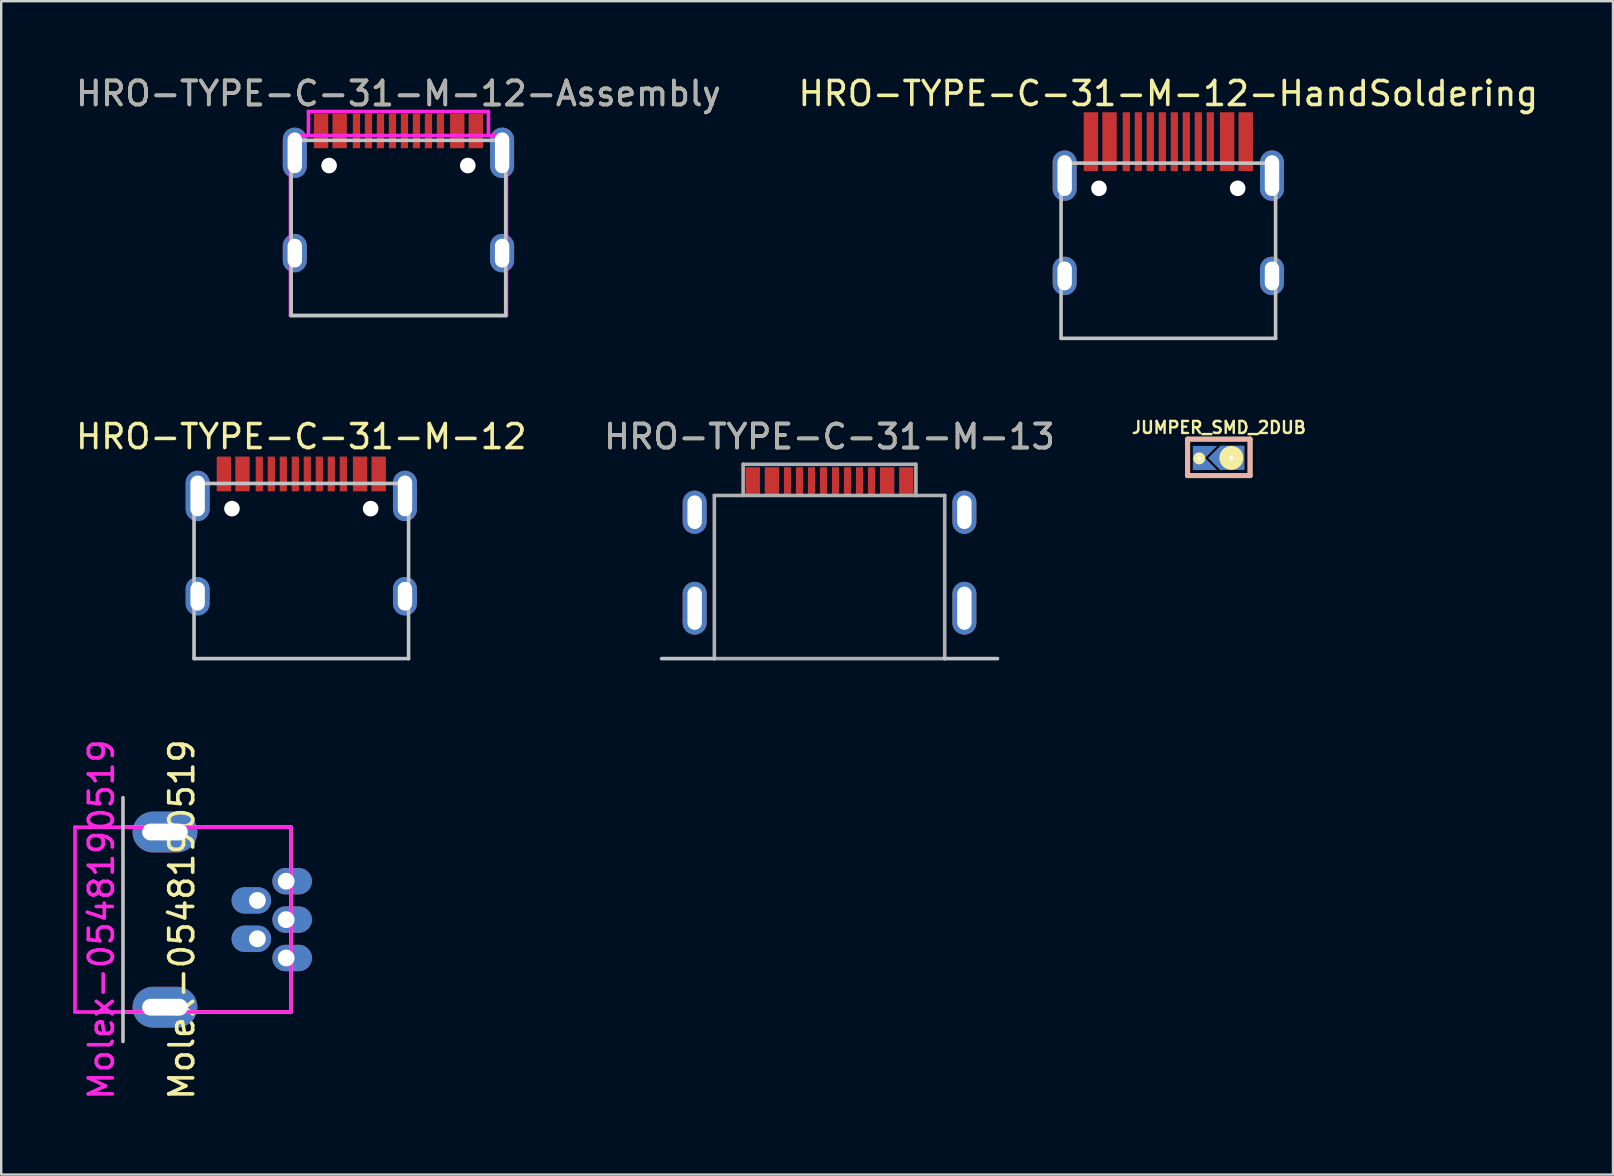
<source format=kicad_pcb>
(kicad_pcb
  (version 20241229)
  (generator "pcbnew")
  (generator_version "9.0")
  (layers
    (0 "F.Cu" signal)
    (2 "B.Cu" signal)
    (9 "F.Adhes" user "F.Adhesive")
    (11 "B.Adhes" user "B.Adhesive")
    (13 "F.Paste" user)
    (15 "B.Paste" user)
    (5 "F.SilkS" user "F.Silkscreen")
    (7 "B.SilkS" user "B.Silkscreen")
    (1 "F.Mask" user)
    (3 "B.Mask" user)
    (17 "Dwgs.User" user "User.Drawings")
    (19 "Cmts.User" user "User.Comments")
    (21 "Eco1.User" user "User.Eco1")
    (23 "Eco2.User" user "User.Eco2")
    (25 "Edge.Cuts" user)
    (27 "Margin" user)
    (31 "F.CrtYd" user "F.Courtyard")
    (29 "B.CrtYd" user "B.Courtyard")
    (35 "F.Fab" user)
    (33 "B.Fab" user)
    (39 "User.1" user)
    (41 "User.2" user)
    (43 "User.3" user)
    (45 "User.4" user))
  (footprint "HRO-TYPE-C-31-M-12-Assembly"
    (layer "F.Cu")
    (at 13.554 10.098)
    (property "Reference" "HRO-TYPE-C-31-M-12-Assembly" (at 0 -9.25 0) (layer "F.SilkS") (effects (font (size 1 1) (thickness 0.15))))
    (attr smd)
    (fp_line (start -4.47 -7.3) (end 4.47 -7.3) (stroke (width 0.15) (type solid)) (layer "Dwgs.User"))
    (fp_line (start -4.47 0) (end -4.47 -7.3) (stroke (width 0.15) (type solid)) (layer "Dwgs.User"))
    (fp_line (start -4.47 0) (end 4.47 0) (stroke (width 0.15) (type solid)) (layer "Dwgs.User"))
    (fp_line (start 4.47 0) (end 4.47 -7.3) (stroke (width 0.15) (type solid)) (layer "Dwgs.User"))
    (fp_line (start -4.5 -7.5) (end 4.5 -7.5) (stroke (width 0.15) (type solid)) (layer "F.CrtYd"))
    (fp_line (start -4.5 0) (end -4.5 -7.5) (stroke (width 0.15) (type solid)) (layer "F.CrtYd"))
    (fp_line (start -3.75 -8.5) (end 3.75 -8.5) (stroke (width 0.15) (type solid)) (layer "F.CrtYd"))
    (fp_line (start -3.75 -7.5) (end -3.75 -8.5) (stroke (width 0.15) (type solid)) (layer "F.CrtYd"))
    (fp_line (start 3.75 -8.5) (end 3.75 -7.5) (stroke (width 0.15) (type solid)) (layer "F.CrtYd"))
    (fp_line (start 4.5 -7.5) (end 4.5 0) (stroke (width 0.15) (type solid)) (layer "F.CrtYd"))
    (fp_line (start 4.5 0) (end -4.5 0) (stroke (width 0.15) (type solid)) (layer "F.CrtYd"))
    (fp_text user "${REFERENCE}" (at 0 -9.25 0) (layer "F.Fab") (effects (font (size 1 1) (thickness 0.15))))
    (pad "" np_thru_hole circle (at -2.89 -6.25) (size 0.65 0.65) (drill 0.65) (layers "*.Cu" "*.Mask"))
    (pad "" np_thru_hole circle (at 2.89 -6.25) (size 0.65 0.65) (drill 0.65) (layers "*.Cu" "*.Mask"))
    (pad "1" smd rect (at -3.225 -7.695) (size 0.6 1.45) (layers "F.Cu" "F.Mask" "F.Paste"))
    (pad "2" smd rect (at -2.45 -7.695) (size 0.6 1.45) (layers "F.Cu" "F.Mask" "F.Paste"))
    (pad "3" smd rect (at -1.75 -7.695) (size 0.3 1.45) (layers "F.Cu" "F.Mask" "F.Paste"))
    (pad "4" smd rect (at -1.25 -7.695) (size 0.3 1.45) (layers "F.Cu" "F.Mask" "F.Paste"))
    (pad "5" smd rect (at -0.75 -7.695) (size 0.3 1.45) (layers "F.Cu" "F.Mask" "F.Paste"))
    (pad "6" smd rect (at -0.25 -7.695) (size 0.3 1.45) (layers "F.Cu" "F.Mask" "F.Paste"))
    (pad "7" smd rect (at 0.25 -7.695) (size 0.3 1.45) (layers "F.Cu" "F.Mask" "F.Paste"))
    (pad "8" smd rect (at 0.75 -7.695) (size 0.3 1.45) (layers "F.Cu" "F.Mask" "F.Paste"))
    (pad "9" smd rect (at 1.25 -7.695) (size 0.3 1.45) (layers "F.Cu" "F.Mask" "F.Paste"))
    (pad "10" smd rect (at 1.75 -7.695) (size 0.3 1.45) (layers "F.Cu" "F.Mask" "F.Paste"))
    (pad "11" smd rect (at 2.45 -7.695) (size 0.6 1.45) (layers "F.Cu" "F.Mask" "F.Paste"))
    (pad "12" smd rect (at 3.225 -7.695) (size 0.6 1.45) (layers "F.Cu" "F.Mask" "F.Paste"))
    (pad "13" thru_hole oval (at -4.32 -6.78) (size 1 2.1) (drill oval 0.6 1.7) (layers "*.Cu" "*.Mask"))
    (pad "13" thru_hole oval (at -4.32 -2.6) (size 1 1.6) (drill oval 0.6 1.2) (layers "*.Cu" "*.Mask"))
    (pad "13" thru_hole oval (at 4.32 -6.78) (size 1 2.1) (drill oval 0.6 1.7) (layers "*.Cu" "*.Mask"))
    (pad "13" thru_hole oval (at 4.32 -2.6) (size 1 1.6) (drill oval 0.6 1.2) (layers "*.Cu" "*.Mask")))
  (footprint "Molex-0548190519"
    (layer "F.Cu")
    (at 2.075 35.272)
    (property "Reference" "Molex-0548190519" (at -0.9 0 90) (layer "F.CrtYd") (effects (font (size 1 1) (thickness 0.15))))
    (attr smd)
    (fp_line (start 0 -3.85) (end 7 -3.85) (stroke (width 0.15) (type solid)) (layer "F.SilkS"))
    (fp_line (start 7 -3.85) (end 7 3.85) (stroke (width 0.15) (type solid)) (layer "F.SilkS"))
    (fp_line (start 7 3.85) (end 0 3.85) (stroke (width 0.15) (type solid)) (layer "F.SilkS"))
    (fp_line (start 0 -5.08) (end 0 5.08) (stroke (width 0.15) (type solid)) (layer "Dwgs.User"))
    (fp_line (start -2 -3.85) (end -2 3.85) (stroke (width 0.15) (type solid)) (layer "F.CrtYd"))
    (fp_line (start -2 -3.85) (end 7 -3.85) (stroke (width 0.15) (type solid)) (layer "F.CrtYd"))
    (fp_line (start -2 3.85) (end 7 3.85) (stroke (width 0.15) (type solid)) (layer "F.CrtYd"))
    (fp_line (start 7 3.85) (end 7 -3.85) (stroke (width 0.15) (type solid)) (layer "F.CrtYd"))
    (fp_text user "${REFERENCE}" (at 2.45 0 90) (layer "F.SilkS") (effects (font (size 1 1) (thickness 0.15))))
    (pad "1" thru_hole oval (at 6.8 1.6) (size 1.65 1.1) (drill oval 0.7 (offset 0.25 0)) (layers "*.Cu" "B.Mask"))
    (pad "2" thru_hole oval (at 5.6 0.8 180) (size 1.65 1.1) (drill oval 0.7 (offset 0.25 0)) (layers "*.Cu" "B.Mask"))
    (pad "3" thru_hole oval (at 6.8 0) (size 1.65 1.1) (drill oval 0.7 (offset 0.25 0)) (layers "*.Cu" "B.Mask"))
    (pad "4" thru_hole oval (at 5.6 -0.8 180) (size 1.65 1.1) (drill oval 0.7 (offset 0.25 0)) (layers "*.Cu" "B.Mask"))
    (pad "5" thru_hole oval (at 6.8 -1.6) (size 1.65 1.1) (drill oval 0.7 (offset 0.25 0)) (layers "*.Cu" "B.Mask"))
    (pad "6" thru_hole oval (at 1.75 -3.65) (size 2.7 1.7) (drill oval 1.9 0.7) (layers "*.Cu" "*.Mask"))
    (pad "6" thru_hole oval (at 1.75 3.65) (size 2.7 1.7) (drill oval 1.9 0.7) (layers "*.Cu" "*.Mask")))
  (footprint "HRO-TYPE-C-31-M-12"
    (layer "F.Cu")
    (at 9.506 24.396)
    (property "Reference" "HRO-TYPE-C-31-M-12" (at 0 -9.25 0) (layer "F.SilkS") (effects (font (size 1 1) (thickness 0.15))))
    (attr smd)
    (fp_line (start -4.47 -7.3) (end 4.47 -7.3) (stroke (width 0.15) (type solid)) (layer "Dwgs.User"))
    (fp_line (start -4.47 0) (end -4.47 -7.3) (stroke (width 0.15) (type solid)) (layer "Dwgs.User"))
    (fp_line (start -4.47 0) (end 4.47 0) (stroke (width 0.15) (type solid)) (layer "Dwgs.User"))
    (fp_line (start 4.47 0) (end 4.47 -7.3) (stroke (width 0.15) (type solid)) (layer "Dwgs.User"))
    (pad "" np_thru_hole circle (at -2.89 -6.25) (size 0.65 0.65) (drill 0.65) (layers "*.Cu" "*.Mask"))
    (pad "" np_thru_hole circle (at 2.89 -6.25) (size 0.65 0.65) (drill 0.65) (layers "*.Cu" "*.Mask"))
    (pad "1" smd rect (at -3.225 -7.695) (size 0.6 1.45) (layers "F.Cu" "F.Mask" "F.Paste"))
    (pad "2" smd rect (at -2.45 -7.695) (size 0.6 1.45) (layers "F.Cu" "F.Mask" "F.Paste"))
    (pad "3" smd rect (at -1.75 -7.695) (size 0.3 1.45) (layers "F.Cu" "F.Mask" "F.Paste"))
    (pad "4" smd rect (at -1.25 -7.695) (size 0.3 1.45) (layers "F.Cu" "F.Mask" "F.Paste"))
    (pad "5" smd rect (at -0.75 -7.695) (size 0.3 1.45) (layers "F.Cu" "F.Mask" "F.Paste"))
    (pad "6" smd rect (at -0.25 -7.695) (size 0.3 1.45) (layers "F.Cu" "F.Mask" "F.Paste"))
    (pad "7" smd rect (at 0.25 -7.695) (size 0.3 1.45) (layers "F.Cu" "F.Mask" "F.Paste"))
    (pad "8" smd rect (at 0.75 -7.695) (size 0.3 1.45) (layers "F.Cu" "F.Mask" "F.Paste"))
    (pad "9" smd rect (at 1.25 -7.695) (size 0.3 1.45) (layers "F.Cu" "F.Mask" "F.Paste"))
    (pad "10" smd rect (at 1.75 -7.695) (size 0.3 1.45) (layers "F.Cu" "F.Mask" "F.Paste"))
    (pad "11" smd rect (at 2.45 -7.695) (size 0.6 1.45) (layers "F.Cu" "F.Mask" "F.Paste"))
    (pad "12" smd rect (at 3.225 -7.695) (size 0.6 1.45) (layers "F.Cu" "F.Mask" "F.Paste"))
    (pad "13" thru_hole oval (at -4.32 -6.78) (size 1 2.1) (drill oval 0.6 1.7) (layers "*.Cu" "B.Mask"))
    (pad "13" thru_hole oval (at -4.32 -2.6) (size 1 1.6) (drill oval 0.6 1.2) (layers "*.Cu" "B.Mask"))
    (pad "13" thru_hole oval (at 4.32 -6.78) (size 1 2.1) (drill oval 0.6 1.7) (layers "*.Cu" "B.Mask"))
    (pad "13" thru_hole oval (at 4.32 -2.6) (size 1 1.6) (drill oval 0.6 1.2) (layers "*.Cu" "B.Mask")))
  (footprint "HRO-TYPE-C-31-M-12-HandSoldering"
    (layer "F.Cu")
    (at 45.637 11.048)
    (property "Reference" "HRO-TYPE-C-31-M-12-HandSoldering" (at 0 -10.2 0) (layer "F.SilkS") (effects (font (size 1 1) (thickness 0.15))))
    (attr smd)
    (fp_line (start -4.47 -7.3) (end 4.47 -7.3) (stroke (width 0.15) (type solid)) (layer "Dwgs.User"))
    (fp_line (start -4.47 0) (end -4.47 -7.3) (stroke (width 0.15) (type solid)) (layer "Dwgs.User"))
    (fp_line (start -4.47 0) (end 4.47 0) (stroke (width 0.15) (type solid)) (layer "Dwgs.User"))
    (fp_line (start 4.47 0) (end 4.47 -7.3) (stroke (width 0.15) (type solid)) (layer "Dwgs.User"))
    (pad "" np_thru_hole circle (at -2.89 -6.25) (size 0.65 0.65) (drill 0.65) (layers "*.Cu" "*.Mask"))
    (pad "" np_thru_hole circle (at 2.89 -6.25) (size 0.65 0.65) (drill 0.65) (layers "*.Cu" "*.Mask"))
    (pad "1" smd rect (at -3.225 -8.195) (size 0.6 2.45) (layers "F.Cu" "F.Mask" "F.Paste"))
    (pad "2" smd rect (at -2.45 -8.195) (size 0.6 2.45) (layers "F.Cu" "F.Mask" "F.Paste"))
    (pad "3" smd rect (at -1.75 -8.195) (size 0.3 2.45) (layers "F.Cu" "F.Mask" "F.Paste"))
    (pad "4" smd rect (at -1.25 -8.195) (size 0.3 2.45) (layers "F.Cu" "F.Mask" "F.Paste"))
    (pad "5" smd rect (at -0.75 -8.195) (size 0.3 2.45) (layers "F.Cu" "F.Mask" "F.Paste"))
    (pad "6" smd rect (at -0.25 -8.195) (size 0.3 2.45) (layers "F.Cu" "F.Mask" "F.Paste"))
    (pad "7" smd rect (at 0.25 -8.195) (size 0.3 2.45) (layers "F.Cu" "F.Mask" "F.Paste"))
    (pad "8" smd rect (at 0.75 -8.195) (size 0.3 2.45) (layers "F.Cu" "F.Mask" "F.Paste"))
    (pad "9" smd rect (at 1.25 -8.195) (size 0.3 2.45) (layers "F.Cu" "F.Mask" "F.Paste"))
    (pad "10" smd rect (at 1.75 -8.195) (size 0.3 2.45) (layers "F.Cu" "F.Mask" "F.Paste"))
    (pad "11" smd rect (at 2.45 -8.195) (size 0.6 2.45) (layers "F.Cu" "F.Mask" "F.Paste"))
    (pad "12" smd rect (at 3.225 -8.195) (size 0.6 2.45) (layers "F.Cu" "F.Mask" "F.Paste"))
    (pad "13" thru_hole oval (at -4.32 -6.78) (size 1 2.1) (drill oval 0.6 1.7) (layers "*.Cu" "B.Mask"))
    (pad "13" thru_hole oval (at -4.32 -2.6) (size 1 1.6) (drill oval 0.6 1.2) (layers "*.Cu" "B.Mask"))
    (pad "13" thru_hole oval (at 4.32 -6.78) (size 1 2.1) (drill oval 0.6 1.7) (layers "*.Cu" "B.Mask"))
    (pad "13" thru_hole oval (at 4.32 -2.6) (size 1 1.6) (drill oval 0.6 1.2) (layers "*.Cu" "B.Mask")))
  (footprint "HRO-TYPE-C-31-M-13"
    (layer "F.Cu")
    (at 31.518 24.396)
    (property "Reference" "HRO-TYPE-C-31-M-13" (at 0 -9.25 0) (layer "F.SilkS") (effects (font (size 1 1) (thickness 0.15))))
    (attr smd)
    (fp_line (start -4.8 0) (end -7 0) (stroke (width 0.15) (type solid)) (layer "Dwgs.User"))
    (fp_line (start 7 0) (end 4.8 0) (stroke (width 0.15) (type solid)) (layer "Dwgs.User"))
    (fp_line (start -4.8 -6.8) (end -4.8 0) (stroke (width 0.15) (type solid)) (layer "F.Fab"))
    (fp_line (start -3.6 -8.1) (end 3.6 -8.1) (stroke (width 0.15) (type solid)) (layer "F.Fab"))
    (fp_line (start -3.6 -6.8) (end -3.6 -8.1) (stroke (width 0.15) (type solid)) (layer "F.Fab"))
    (fp_line (start 3.6 -8.1) (end 3.6 -6.8) (stroke (width 0.15) (type solid)) (layer "F.Fab"))
    (fp_line (start 4.8 -6.8) (end -4.8 -6.8) (stroke (width 0.15) (type solid)) (layer "F.Fab"))
    (fp_line (start 4.8 -6.8) (end 4.8 0) (stroke (width 0.15) (type solid)) (layer "F.Fab"))
    (fp_line (start 4.8 0) (end -4.8 0) (stroke (width 0.15) (type solid)) (layer "F.Fab"))
    (fp_text user "${REFERENCE}" (at 0 -9.25 0) (layer "F.Fab") (effects (font (size 1 1) (thickness 0.15))))
    (pad "1" smd rect (at -3.2 -7.4) (size 0.6 1.15) (layers "F.Cu" "F.Mask" "F.Paste"))
    (pad "2" smd rect (at -2.4 -7.4) (size 0.6 1.15) (layers "F.Cu" "F.Mask" "F.Paste"))
    (pad "3" smd rect (at -1.75 -7.4) (size 0.3 1.15) (layers "F.Cu" "F.Mask" "F.Paste"))
    (pad "4" smd rect (at -1.25 -7.4) (size 0.3 1.15) (layers "F.Cu" "F.Mask" "F.Paste"))
    (pad "5" smd rect (at -0.75 -7.4) (size 0.3 1.15) (layers "F.Cu" "F.Mask" "F.Paste"))
    (pad "6" smd rect (at -0.25 -7.4) (size 0.3 1.15) (layers "F.Cu" "F.Mask" "F.Paste"))
    (pad "7" smd rect (at 0.25 -7.4) (size 0.3 1.15) (layers "F.Cu" "F.Mask" "F.Paste"))
    (pad "8" smd rect (at 0.75 -7.4) (size 0.3 1.15) (layers "F.Cu" "F.Mask" "F.Paste"))
    (pad "9" smd rect (at 1.25 -7.4) (size 0.3 1.15) (layers "F.Cu" "F.Mask" "F.Paste"))
    (pad "10" smd rect (at 1.75 -7.4) (size 0.3 1.15) (layers "F.Cu" "F.Mask" "F.Paste"))
    (pad "11" smd rect (at 2.4 -7.4) (size 0.6 1.15) (layers "F.Cu" "F.Mask" "F.Paste"))
    (pad "12" smd rect (at 3.2 -7.4) (size 0.6 1.15) (layers "F.Cu" "F.Mask" "F.Paste"))
    (pad "13" thru_hole oval (at -5.62 -6.1) (size 1 1.8) (drill oval 0.6 1.4) (layers "*.Cu" "*.Mask"))
    (pad "13" thru_hole oval (at -5.62 -2.1) (size 1 2.2) (drill oval 0.6 1.8) (layers "*.Cu" "*.Mask"))
    (pad "13" thru_hole oval (at 5.62 -6.1) (size 1 1.8) (drill oval 0.6 1.4) (layers "*.Cu" "*.Mask"))
    (pad "13" thru_hole oval (at 5.62 -2.1) (size 1 2.2) (drill oval 0.6 1.8) (layers "*.Cu" "*.Mask")))
  (footprint "JUMPER_SMD_2DUB"
    (layer "F.Cu")
    (at 47.743 16.011)
    (property "Reference" "JUMPER_SMD_2DUB" (at 0 -1.245 0) (layer "F.SilkS") (effects (font (size 0.5 0.5) (thickness 0.1))))
    (attr through_hole)
    (fp_line (start -1.3 -0.762) (end 1.3 -0.762) (stroke (width 0.2) (type solid)) (layer "F.SilkS"))
    (fp_line (start -1.3 0.762) (end -1.3 -0.762) (stroke (width 0.2) (type solid)) (layer "F.SilkS"))
    (fp_line (start 1.3 -0.762) (end 1.3 0.762) (stroke (width 0.2) (type solid)) (layer "F.SilkS"))
    (fp_line (start 1.3 0.762) (end -1.3 0.762) (stroke (width 0.2) (type solid)) (layer "F.SilkS"))
    (fp_line (start -1.3 -0.762) (end 1.3 -0.762) (stroke (width 0.2) (type solid)) (layer "B.SilkS"))
    (fp_line (start -1.3 0.762) (end -1.3 -0.762) (stroke (width 0.2) (type solid)) (layer "B.SilkS"))
    (fp_line (start 1.3 -0.762) (end 1.3 0.762) (stroke (width 0.2) (type solid)) (layer "B.SilkS"))
    (fp_line (start 1.3 0.762) (end -1.3 0.762) (stroke (width 0.2) (type solid)) (layer "B.SilkS"))
    (pad "1" smd rect (at -0.831 0.025 180) (size 0.5 1) (layers "F.Cu" "F.Mask" "F.Paste"))
    (pad "1" smd rect (at -0.831 0.025 180) (size 0.5 1) (layers "B.Cu" "B.Mask" "B.Paste"))
    (pad "1" thru_hole circle (at -0.82 0.04) (size 0.5 0.5) (drill 0.15) (layers "*.Cu" "*.Mask" "F.SilkS"))
    (pad "1" smd trapezoid (at -0.581 -0.225 180) (size 0.5 0.5) (rect_delta 0 0.5) (layers "F.Cu" "F.Mask" "F.Paste"))
    (pad "1" smd trapezoid (at -0.581 -0.225 180) (size 0.5 0.5) (rect_delta 0 0.5) (layers "B.Cu" "B.Mask" "B.Paste"))
    (pad "1" smd trapezoid (at -0.581 0.275) (size 0.5 0.5) (rect_delta 0 0.5) (layers "F.Cu" "F.Mask" "F.Paste"))
    (pad "1" smd trapezoid (at -0.581 0.275) (size 0.5 0.5) (rect_delta 0 0.5) (layers "B.Cu" "B.Mask" "B.Paste"))
    (pad "2" smd rect (at 0.059 0.025 45) (size 0.707 0.707) (layers "F.Cu" "F.Mask" "F.Paste"))
    (pad "2" smd rect (at 0.059 0.025 45) (size 0.707 0.707) (layers "B.Cu" "B.Mask" "B.Paste"))
    (pad "2" thru_hole circle (at 0.52 0.02) (size 1 1) (drill 0.15) (layers "*.Cu" "*.Mask" "F.SilkS"))
    (pad "2" smd rect (at 0.56 0.01) (size 1 1) (layers "F.Cu" "F.Mask" "F.Paste"))
    (pad "2" smd rect (at 0.56 0.02) (size 1 1) (layers "B.Cu" "B.Mask" "B.Paste")))
  (gr_rect
    (start -3 -3)
    (end 64.167 45.897)
    (stroke (width 0.1) (type default))
    (fill no)
    (layer "Edge.Cuts")))
</source>
